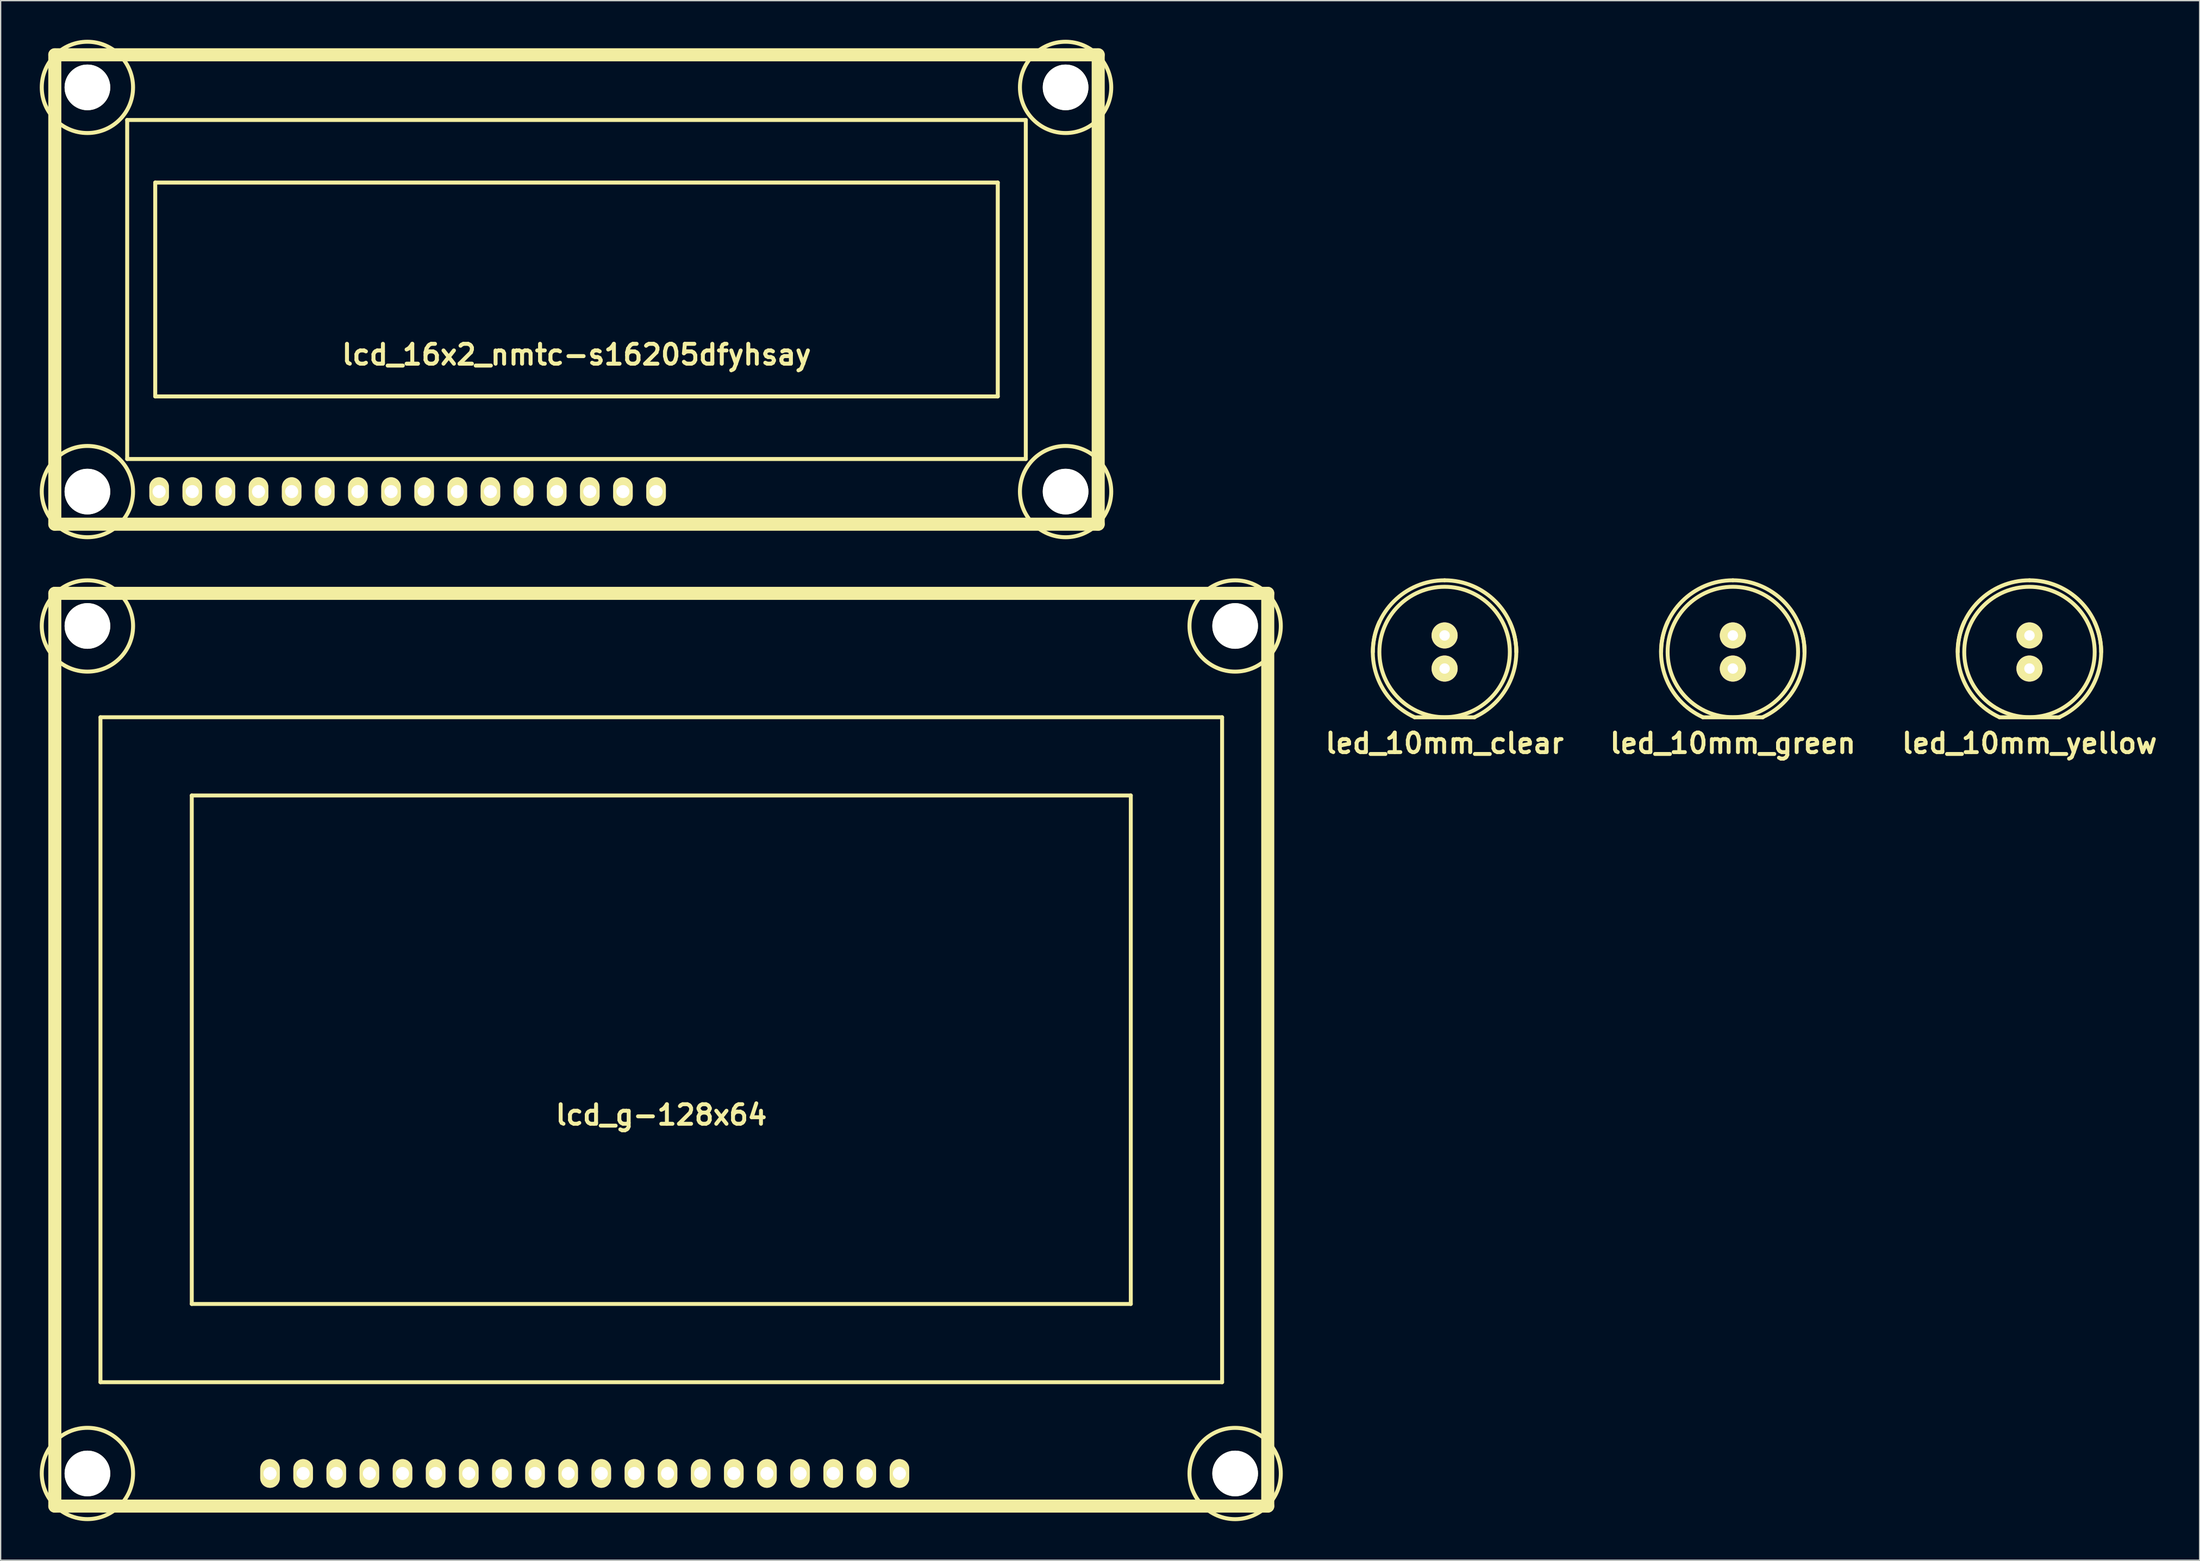
<source format=kicad_pcb>
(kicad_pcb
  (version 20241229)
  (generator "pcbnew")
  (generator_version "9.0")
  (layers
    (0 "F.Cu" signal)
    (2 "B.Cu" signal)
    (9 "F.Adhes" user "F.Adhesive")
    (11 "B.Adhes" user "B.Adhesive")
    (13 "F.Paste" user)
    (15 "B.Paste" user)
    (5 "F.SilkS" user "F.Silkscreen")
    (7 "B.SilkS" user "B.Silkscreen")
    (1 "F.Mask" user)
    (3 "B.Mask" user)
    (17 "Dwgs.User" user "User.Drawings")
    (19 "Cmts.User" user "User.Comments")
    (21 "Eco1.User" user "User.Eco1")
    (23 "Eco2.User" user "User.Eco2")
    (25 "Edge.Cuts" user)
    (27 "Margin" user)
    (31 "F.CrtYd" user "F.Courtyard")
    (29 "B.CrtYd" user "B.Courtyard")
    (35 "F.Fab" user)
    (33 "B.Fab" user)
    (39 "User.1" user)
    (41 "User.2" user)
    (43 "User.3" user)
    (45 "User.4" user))
  (footprint "led_10mm_yellow"
    (layer "F.Cu")
    (at 152.556 46.954)
    (property "Reference" "led_10mm_yellow" (at 0 7 0) (layer "F.SilkS") (effects (font (size 1.5 1.5) (thickness 0.3))))
    (attr through_hole)
    (fp_line (start -2.301 5.009) (end 2.301 5.009) (stroke (width 0.3) (type solid)) (layer "F.SilkS"))
    (fp_arc (start -5.4991 0) (mid -3.888451 -3.888451) (end 0 -5.4991) (stroke (width 0.29972) (type solid)) (layer "F.SilkS"))
    (fp_arc (start -2.30124 5.00126) (mid -5.163647 1.909202) (end -5.00126 -2.30124) (stroke (width 0.29972) (type solid)) (layer "F.SilkS"))
    (fp_arc (start 0 -5.4991) (mid 3.888451 -3.888451) (end 5.4991 0) (stroke (width 0.29972) (type solid)) (layer "F.SilkS"))
    (fp_arc (start 5.00126 -2.28092) (mid 5.149279 1.923571) (end 2.28092 5.00126) (stroke (width 0.29972) (type solid)) (layer "F.SilkS"))
    (fp_circle (center 0 0) (end -5.001 0) (stroke (width 0.3) (type solid)) (fill no) (layer "F.SilkS"))
    (pad "1" thru_hole circle (at 0 -1.27) (size 1.999 1.999) (drill 0.8) (layers "*.Cu" "*.Mask" "F.SilkS"))
    (pad "2" thru_hole circle (at 0 1.27) (size 1.999 1.999) (drill 0.8) (layers "*.Cu" "*.Mask" "F.SilkS")))
  (footprint "lcd_16x2_nmtc-s16205dfyhsay"
    (layer "F.Cu")
    (at 41.152 19.152)
    (property "Reference" "lcd_16x2_nmtc-s16205dfyhsay" (at 0 5.001 0) (layer "F.SilkS") (effects (font (size 1.524 1.524) (thickness 0.305))))
    (attr through_hole)
    (fp_line (start -40 -18) (end 40 -18) (stroke (width 1.001) (type solid)) (layer "F.SilkS"))
    (fp_line (start -40 18) (end -40 -18) (stroke (width 1.001) (type solid)) (layer "F.SilkS"))
    (fp_line (start -34.45 -13) (end 34.45 -13) (stroke (width 0.305) (type solid)) (layer "F.SilkS"))
    (fp_line (start -34.45 13) (end -34.45 -13) (stroke (width 0.305) (type solid)) (layer "F.SilkS"))
    (fp_line (start -32.3 -8.2) (end -32.3 8.2) (stroke (width 0.305) (type solid)) (layer "F.SilkS"))
    (fp_line (start -32.3 8.2) (end 32.3 8.2) (stroke (width 0.305) (type solid)) (layer "F.SilkS"))
    (fp_line (start 32.3 -8.2) (end -32.3 -8.2) (stroke (width 0.305) (type solid)) (layer "F.SilkS"))
    (fp_line (start 32.3 8.2) (end 32.3 -8.2) (stroke (width 0.305) (type solid)) (layer "F.SilkS"))
    (fp_line (start 34.45 -13) (end 34.45 13) (stroke (width 0.305) (type solid)) (layer "F.SilkS"))
    (fp_line (start 34.45 13) (end -34.45 13) (stroke (width 0.305) (type solid)) (layer "F.SilkS"))
    (fp_line (start 40 -18) (end 40 18) (stroke (width 1.001) (type solid)) (layer "F.SilkS"))
    (fp_line (start 40 18) (end -40 18) (stroke (width 1.001) (type solid)) (layer "F.SilkS"))
    (fp_circle (center -37.5 -15.5) (end -41 -15.5) (stroke (width 0.305) (type solid)) (fill no) (layer "F.SilkS"))
    (fp_circle (center -37.5 15.5) (end -41 15.5) (stroke (width 0.305) (type solid)) (fill no) (layer "F.SilkS"))
    (fp_circle (center 37.5 -15.5) (end 41 -15.5) (stroke (width 0.305) (type solid)) (fill no) (layer "F.SilkS"))
    (fp_circle (center 37.5 15.5) (end 41 15.5) (stroke (width 0.305) (type solid)) (fill no) (layer "F.SilkS"))
    (pad "" np_thru_hole circle (at -37.5 -15.5) (size 3.5 3.5) (drill 3.5) (layers "*.Cu" "*.Mask" "F.SilkS"))
    (pad "" np_thru_hole circle (at -37.5 15.5) (size 3.5 3.5) (drill 3.5) (layers "*.Cu" "*.Mask" "F.SilkS"))
    (pad "" np_thru_hole circle (at 37.5 -15.5) (size 3.5 3.5) (drill 3.5) (layers "*.Cu" "*.Mask" "F.SilkS"))
    (pad "" np_thru_hole circle (at 37.5 15.5) (size 3.5 3.5) (drill 3.5) (layers "*.Cu" "*.Mask" "F.SilkS"))
    (pad "1" thru_hole oval (at -32 15.5) (size 1.5 2.2) (drill 1) (layers "*.Cu" "*.Mask" "F.SilkS"))
    (pad "2" thru_hole oval (at -29.46 15.5) (size 1.5 2.2) (drill 1) (layers "*.Cu" "*.Mask" "F.SilkS"))
    (pad "3" thru_hole oval (at -26.92 15.5) (size 1.5 2.2) (drill 1) (layers "*.Cu" "*.Mask" "F.SilkS"))
    (pad "4" thru_hole oval (at -24.38 15.5) (size 1.5 2.2) (drill 1) (layers "*.Cu" "*.Mask" "F.SilkS"))
    (pad "5" thru_hole oval (at -21.84 15.5) (size 1.5 2.2) (drill 1) (layers "*.Cu" "*.Mask" "F.SilkS"))
    (pad "6" thru_hole oval (at -19.3 15.5) (size 1.5 2.2) (drill 1) (layers "*.Cu" "*.Mask" "F.SilkS"))
    (pad "7" thru_hole oval (at -16.76 15.5) (size 1.5 2.2) (drill 1) (layers "*.Cu" "*.Mask" "F.SilkS"))
    (pad "8" thru_hole oval (at -14.22 15.5) (size 1.5 2.2) (drill 1) (layers "*.Cu" "*.Mask" "F.SilkS"))
    (pad "9" thru_hole oval (at -11.68 15.5) (size 1.5 2.2) (drill 1) (layers "*.Cu" "*.Mask" "F.SilkS"))
    (pad "10" thru_hole oval (at -9.14 15.5) (size 1.5 2.2) (drill 1) (layers "*.Cu" "*.Mask" "F.SilkS"))
    (pad "11" thru_hole oval (at -6.6 15.5) (size 1.5 2.2) (drill 1) (layers "*.Cu" "*.Mask" "F.SilkS"))
    (pad "12" thru_hole oval (at -4.06 15.5) (size 1.5 2.2) (drill 1) (layers "*.Cu" "*.Mask" "F.SilkS"))
    (pad "13" thru_hole oval (at -1.52 15.5) (size 1.5 2.2) (drill 1) (layers "*.Cu" "*.Mask" "F.SilkS"))
    (pad "14" thru_hole oval (at 1.02 15.5) (size 1.5 2.2) (drill 1) (layers "*.Cu" "*.Mask" "F.SilkS"))
    (pad "15" thru_hole oval (at 3.56 15.5) (size 1.5 2.2) (drill 1) (layers "*.Cu" "*.Mask" "F.SilkS"))
    (pad "16" thru_hole oval (at 6.1 15.5) (size 1.5 2.2) (drill 1) (layers "*.Cu" "*.Mask" "F.SilkS")))
  (footprint "lcd_g-128x64"
    (layer "F.Cu")
    (at 47.653 77.457)
    (property "Reference" "lcd_g-128x64" (at 0 5.001 0) (layer "F.SilkS") (effects (font (size 1.5 1.5) (thickness 0.3))))
    (attr through_hole)
    (fp_line (start -46.5 -35.001) (end 46.5 -35.001) (stroke (width 1.001) (type solid)) (layer "F.SilkS"))
    (fp_line (start -46.5 35.001) (end -46.5 -35.001) (stroke (width 1.001) (type solid)) (layer "F.SilkS"))
    (fp_line (start -43 -25.499) (end 43 -25.499) (stroke (width 0.3) (type solid)) (layer "F.SilkS"))
    (fp_line (start -43 25.499) (end -43 -25.499) (stroke (width 0.3) (type solid)) (layer "F.SilkS"))
    (fp_line (start -35.999 -19.5) (end 35.999 -19.5) (stroke (width 0.3) (type solid)) (layer "F.SilkS"))
    (fp_line (start -35.999 19.5) (end -35.999 -19.5) (stroke (width 0.3) (type solid)) (layer "F.SilkS"))
    (fp_line (start 35.999 -19.5) (end 35.999 19.5) (stroke (width 0.3) (type solid)) (layer "F.SilkS"))
    (fp_line (start 35.999 19.5) (end -35.999 19.5) (stroke (width 0.3) (type solid)) (layer "F.SilkS"))
    (fp_line (start 43 -25.499) (end 43 25.499) (stroke (width 0.3) (type solid)) (layer "F.SilkS"))
    (fp_line (start 43 25.499) (end -43 25.499) (stroke (width 0.3) (type solid)) (layer "F.SilkS"))
    (fp_line (start 46.5 -35.001) (end 46.5 35.001) (stroke (width 1.001) (type solid)) (layer "F.SilkS"))
    (fp_line (start 46.5 35.001) (end -46.5 35.001) (stroke (width 1.001) (type solid)) (layer "F.SilkS"))
    (fp_circle (center -44 -32.499) (end -47.501 -32.499) (stroke (width 0.305) (type solid)) (fill no) (layer "F.SilkS"))
    (fp_circle (center -44 32.499) (end -47.501 32.499) (stroke (width 0.305) (type solid)) (fill no) (layer "F.SilkS"))
    (fp_circle (center 44 -32.499) (end 47.501 -32.499) (stroke (width 0.305) (type solid)) (fill no) (layer "F.SilkS"))
    (fp_circle (center 44 32.502) (end 47.501 32.502) (stroke (width 0.305) (type solid)) (fill no) (layer "F.SilkS"))
    (pad "" np_thru_hole circle (at -44 -32.499) (size 3.5 3.5) (drill 3.5) (layers "*.Cu" "*.Mask" "F.SilkS"))
    (pad "" np_thru_hole circle (at -44 32.499) (size 3.5 3.5) (drill 3.5) (layers "*.Cu" "*.Mask" "F.SilkS"))
    (pad "" np_thru_hole circle (at 44 -32.499) (size 3.5 3.5) (drill 3.5) (layers "*.Cu" "*.Mask" "F.SilkS"))
    (pad "" np_thru_hole circle (at 44 32.499) (size 3.5 3.5) (drill 3.5) (layers "*.Cu" "*.Mask" "F.SilkS"))
    (pad "1" thru_hole oval (at 18.26 32.499) (size 1.5 2.2) (drill 1) (layers "*.Cu" "*.Mask" "F.SilkS"))
    (pad "2" thru_hole oval (at 15.72 32.499) (size 1.5 2.2) (drill 1) (layers "*.Cu" "*.Mask" "F.SilkS"))
    (pad "3" thru_hole oval (at 13.18 32.499) (size 1.5 2.2) (drill 1) (layers "*.Cu" "*.Mask" "F.SilkS"))
    (pad "4" thru_hole oval (at 10.64 32.499) (size 1.5 2.2) (drill 1) (layers "*.Cu" "*.Mask" "F.SilkS"))
    (pad "5" thru_hole oval (at 8.1 32.499) (size 1.5 2.2) (drill 1) (layers "*.Cu" "*.Mask" "F.SilkS"))
    (pad "6" thru_hole oval (at 5.56 32.499) (size 1.5 2.2) (drill 1) (layers "*.Cu" "*.Mask" "F.SilkS"))
    (pad "7" thru_hole oval (at 3.02 32.499) (size 1.5 2.2) (drill 1) (layers "*.Cu" "*.Mask" "F.SilkS"))
    (pad "8" thru_hole oval (at 0.48 32.499) (size 1.5 2.2) (drill 1) (layers "*.Cu" "*.Mask" "F.SilkS"))
    (pad "9" thru_hole oval (at -2.06 32.499) (size 1.5 2.2) (drill 1) (layers "*.Cu" "*.Mask" "F.SilkS"))
    (pad "10" thru_hole oval (at -4.6 32.499) (size 1.5 2.2) (drill 1) (layers "*.Cu" "*.Mask" "F.SilkS"))
    (pad "11" thru_hole oval (at -7.14 32.499) (size 1.5 2.2) (drill 1) (layers "*.Cu" "*.Mask" "F.SilkS"))
    (pad "12" thru_hole oval (at -9.68 32.499) (size 1.5 2.2) (drill 1) (layers "*.Cu" "*.Mask" "F.SilkS"))
    (pad "13" thru_hole oval (at -12.22 32.499) (size 1.5 2.2) (drill 1) (layers "*.Cu" "*.Mask" "F.SilkS"))
    (pad "14" thru_hole oval (at -14.76 32.499) (size 1.5 2.2) (drill 1) (layers "*.Cu" "*.Mask" "F.SilkS"))
    (pad "15" thru_hole oval (at -17.3 32.499) (size 1.5 2.2) (drill 1) (layers "*.Cu" "*.Mask" "F.SilkS"))
    (pad "16" thru_hole oval (at -19.84 32.499) (size 1.5 2.2) (drill 1) (layers "*.Cu" "*.Mask" "F.SilkS"))
    (pad "17" thru_hole oval (at -22.38 32.499) (size 1.5 2.2) (drill 1) (layers "*.Cu" "*.Mask" "F.SilkS"))
    (pad "18" thru_hole oval (at -24.92 32.499) (size 1.5 2.2) (drill 1) (layers "*.Cu" "*.Mask" "F.SilkS"))
    (pad "19" thru_hole oval (at -27.46 32.499) (size 1.5 2.2) (drill 1) (layers "*.Cu" "*.Mask" "F.SilkS"))
    (pad "20" thru_hole oval (at -30 32.499) (size 1.5 2.2) (drill 1) (layers "*.Cu" "*.Mask" "F.SilkS")))
  (footprint "led_10mm_green"
    (layer "F.Cu")
    (at 129.813 46.954)
    (property "Reference" "led_10mm_green" (at 0 7 0) (layer "F.SilkS") (effects (font (size 1.5 1.5) (thickness 0.3))))
    (attr through_hole)
    (fp_line (start -2.301 5.009) (end 2.301 5.009) (stroke (width 0.3) (type solid)) (layer "F.SilkS"))
    (fp_arc (start -5.4991 0) (mid -3.888451 -3.888451) (end 0 -5.4991) (stroke (width 0.29972) (type solid)) (layer "F.SilkS"))
    (fp_arc (start -2.30124 5.00126) (mid -5.163647 1.909202) (end -5.00126 -2.30124) (stroke (width 0.29972) (type solid)) (layer "F.SilkS"))
    (fp_arc (start 0 -5.4991) (mid 3.888451 -3.888451) (end 5.4991 0) (stroke (width 0.29972) (type solid)) (layer "F.SilkS"))
    (fp_arc (start 5.00126 -2.28092) (mid 5.149279 1.923571) (end 2.28092 5.00126) (stroke (width 0.29972) (type solid)) (layer "F.SilkS"))
    (fp_circle (center 0 0) (end -5.001 0) (stroke (width 0.3) (type solid)) (fill no) (layer "F.SilkS"))
    (pad "1" thru_hole circle (at 0 -1.27) (size 1.999 1.999) (drill 0.8) (layers "*.Cu" "*.Mask" "F.SilkS"))
    (pad "2" thru_hole circle (at 0 1.27) (size 1.999 1.999) (drill 0.8) (layers "*.Cu" "*.Mask" "F.SilkS")))
  (footprint "led_10mm_clear"
    (layer "F.Cu")
    (at 107.713 46.954)
    (property "Reference" "led_10mm_clear" (at 0 7 0) (layer "F.SilkS") (effects (font (size 1.5 1.5) (thickness 0.3))))
    (attr through_hole)
    (fp_line (start -2.301 5.009) (end 2.301 5.009) (stroke (width 0.3) (type solid)) (layer "F.SilkS"))
    (fp_arc (start -5.4991 0) (mid -3.888451 -3.888451) (end 0 -5.4991) (stroke (width 0.29972) (type solid)) (layer "F.SilkS"))
    (fp_arc (start -2.30124 5.00126) (mid -5.163647 1.909202) (end -5.00126 -2.30124) (stroke (width 0.29972) (type solid)) (layer "F.SilkS"))
    (fp_arc (start 0 -5.4991) (mid 3.888451 -3.888451) (end 5.4991 0) (stroke (width 0.29972) (type solid)) (layer "F.SilkS"))
    (fp_arc (start 5.00126 -2.28092) (mid 5.149279 1.923571) (end 2.28092 5.00126) (stroke (width 0.29972) (type solid)) (layer "F.SilkS"))
    (fp_circle (center 0 0) (end -5.001 0) (stroke (width 0.3) (type solid)) (fill no) (layer "F.SilkS"))
    (pad "1" thru_hole circle (at 0 -1.27) (size 1.999 1.999) (drill 0.8) (layers "*.Cu" "*.Mask" "F.SilkS"))
    (pad "2" thru_hole circle (at 0 1.27) (size 1.999 1.999) (drill 0.8) (layers "*.Cu" "*.Mask" "F.SilkS")))
  (gr_rect
    (start -3 -3)
    (end 165.606 116.611)
    (stroke (width 0.1) (type default))
    (fill no)
    (layer "Edge.Cuts")))
</source>
